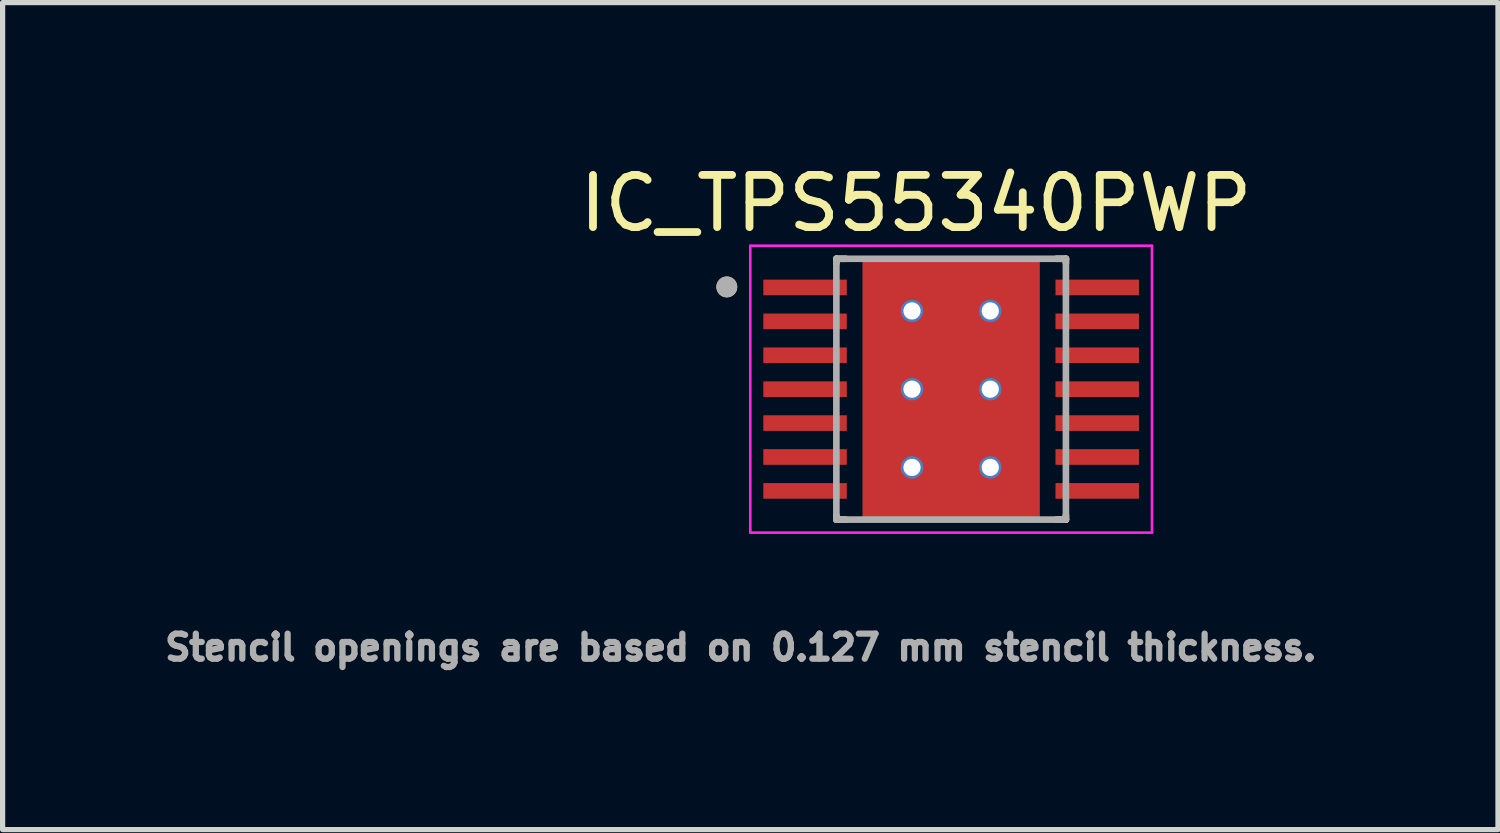
<source format=kicad_pcb>
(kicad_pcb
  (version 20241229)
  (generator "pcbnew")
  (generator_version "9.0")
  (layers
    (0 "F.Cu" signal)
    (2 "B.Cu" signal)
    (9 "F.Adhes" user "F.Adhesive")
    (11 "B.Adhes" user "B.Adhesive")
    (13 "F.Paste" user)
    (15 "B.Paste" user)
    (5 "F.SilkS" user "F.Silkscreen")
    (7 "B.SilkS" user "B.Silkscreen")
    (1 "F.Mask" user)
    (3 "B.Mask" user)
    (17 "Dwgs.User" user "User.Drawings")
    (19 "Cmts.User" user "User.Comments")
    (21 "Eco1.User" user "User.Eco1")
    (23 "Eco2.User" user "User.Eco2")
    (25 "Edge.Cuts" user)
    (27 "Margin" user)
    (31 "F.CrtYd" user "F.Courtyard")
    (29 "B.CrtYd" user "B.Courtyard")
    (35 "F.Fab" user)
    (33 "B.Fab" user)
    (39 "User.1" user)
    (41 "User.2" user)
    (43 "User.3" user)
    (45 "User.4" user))
  (footprint "IC_TPS55340PWP"
    (layer "F.Cu")
    (at 15.182 4.41)
    (property "Reference" "IC_TPS55340PWP" (at -0.675 -3.562 0) (layer "F.SilkS") (effects (font (size 1 1) (thickness 0.15))))
    (attr smd)
    (fp_poly (pts (xy -1.23 -1.155) (xy 1.23 -1.155) (xy 1.23 1.155) (xy -1.23 1.155)) (stroke (width 0.01) (type solid)) (fill yes) (layer "F.Mask"))
    (fp_line (start -2.2 -2.5) (end -2.2 -2.42) (stroke (width 0.127) (type solid)) (layer "F.SilkS"))
    (fp_line (start -2.2 -2.5) (end -2.02 -2.5) (stroke (width 0.127) (type solid)) (layer "F.SilkS"))
    (fp_line (start -2.2 2.5) (end -2.2 2.42) (stroke (width 0.127) (type solid)) (layer "F.SilkS"))
    (fp_line (start -2.2 2.5) (end -2.02 2.5) (stroke (width 0.127) (type solid)) (layer "F.SilkS"))
    (fp_line (start 2.02 -2.5) (end 2.2 -2.5) (stroke (width 0.127) (type solid)) (layer "F.SilkS"))
    (fp_line (start 2.02 2.5) (end 2.2 2.5) (stroke (width 0.127) (type solid)) (layer "F.SilkS"))
    (fp_line (start 2.2 -2.5) (end 2.2 -2.42) (stroke (width 0.127) (type solid)) (layer "F.SilkS"))
    (fp_line (start 2.2 2.5) (end 2.2 2.42) (stroke (width 0.127) (type solid)) (layer "F.SilkS"))
    (fp_circle (center -4.3 -1.96) (end -4.2 -1.96) (stroke (width 0.2) (type solid)) (fill no) (layer "F.SilkS"))
    (fp_poly (pts (xy -3.575 -2.075) (xy -2.025 -2.075) (xy -2.025 -1.825) (xy -3.575 -1.825)) (stroke (width 0.01) (type solid)) (fill yes) (layer "F.Paste"))
    (fp_poly (pts (xy -3.575 -1.425) (xy -2.025 -1.425) (xy -2.025 -1.175) (xy -3.575 -1.175)) (stroke (width 0.01) (type solid)) (fill yes) (layer "F.Paste"))
    (fp_poly (pts (xy -3.575 -0.775) (xy -2.025 -0.775) (xy -2.025 -0.525) (xy -3.575 -0.525)) (stroke (width 0.01) (type solid)) (fill yes) (layer "F.Paste"))
    (fp_poly (pts (xy -3.575 -0.125) (xy -2.025 -0.125) (xy -2.025 0.125) (xy -3.575 0.125)) (stroke (width 0.01) (type solid)) (fill yes) (layer "F.Paste"))
    (fp_poly (pts (xy -3.575 0.525) (xy -2.025 0.525) (xy -2.025 0.775) (xy -3.575 0.775)) (stroke (width 0.01) (type solid)) (fill yes) (layer "F.Paste"))
    (fp_poly (pts (xy -3.575 1.175) (xy -2.025 1.175) (xy -2.025 1.425) (xy -3.575 1.425)) (stroke (width 0.01) (type solid)) (fill yes) (layer "F.Paste"))
    (fp_poly (pts (xy -3.575 1.825) (xy -2.025 1.825) (xy -2.025 2.075) (xy -3.575 2.075)) (stroke (width 0.01) (type solid)) (fill yes) (layer "F.Paste"))
    (fp_poly (pts (xy -1.23 -1.155) (xy 1.23 -1.155) (xy 1.23 1.155) (xy -1.23 1.155)) (stroke (width 0.01) (type solid)) (fill yes) (layer "F.Paste"))
    (fp_poly (pts (xy 2.025 -2.075) (xy 3.575 -2.075) (xy 3.575 -1.825) (xy 2.025 -1.825)) (stroke (width 0.01) (type solid)) (fill yes) (layer "F.Paste"))
    (fp_poly (pts (xy 2.025 -1.425) (xy 3.575 -1.425) (xy 3.575 -1.175) (xy 2.025 -1.175)) (stroke (width 0.01) (type solid)) (fill yes) (layer "F.Paste"))
    (fp_poly (pts (xy 2.025 -0.775) (xy 3.575 -0.775) (xy 3.575 -0.525) (xy 2.025 -0.525)) (stroke (width 0.01) (type solid)) (fill yes) (layer "F.Paste"))
    (fp_poly (pts (xy 2.025 -0.125) (xy 3.575 -0.125) (xy 3.575 0.125) (xy 2.025 0.125)) (stroke (width 0.01) (type solid)) (fill yes) (layer "F.Paste"))
    (fp_poly (pts (xy 2.025 0.525) (xy 3.575 0.525) (xy 3.575 0.775) (xy 2.025 0.775)) (stroke (width 0.01) (type solid)) (fill yes) (layer "F.Paste"))
    (fp_poly (pts (xy 2.025 1.175) (xy 3.575 1.175) (xy 3.575 1.425) (xy 2.025 1.425)) (stroke (width 0.01) (type solid)) (fill yes) (layer "F.Paste"))
    (fp_poly (pts (xy 2.025 1.825) (xy 3.575 1.825) (xy 3.575 2.075) (xy 2.025 2.075)) (stroke (width 0.01) (type solid)) (fill yes) (layer "F.Paste"))
    (fp_line (start -3.85 -2.75) (end -3.85 2.75) (stroke (width 0.05) (type solid)) (layer "F.CrtYd"))
    (fp_line (start -3.85 -2.75) (end 3.85 -2.75) (stroke (width 0.05) (type solid)) (layer "F.CrtYd"))
    (fp_line (start -3.85 2.75) (end 3.85 2.75) (stroke (width 0.05) (type solid)) (layer "F.CrtYd"))
    (fp_line (start 3.85 -2.75) (end 3.85 2.75) (stroke (width 0.05) (type solid)) (layer "F.CrtYd"))
    (fp_line (start -2.2 -2.5) (end -2.2 2.5) (stroke (width 0.127) (type solid)) (layer "F.Fab"))
    (fp_line (start -2.2 -2.5) (end 2.2 -2.5) (stroke (width 0.127) (type solid)) (layer "F.Fab"))
    (fp_line (start -2.2 2.5) (end 2.2 2.5) (stroke (width 0.127) (type solid)) (layer "F.Fab"))
    (fp_line (start 2.2 -2.5) (end 2.2 2.5) (stroke (width 0.127) (type solid)) (layer "F.Fab"))
    (fp_circle (center -4.3 -1.96) (end -4.2 -1.96) (stroke (width 0.2) (type solid)) (fill no) (layer "F.Fab"))
    (fp_text user "Stencil openings are based on 0.127 mm stencil thickness. " (at -3.85 4.95 0) (layer "F.Fab") (effects (font (size 0.48 0.48) (thickness 0.15))))
    (pad "1" smd rect (at -2.8 -1.95) (size 1.6 0.3) (layers "F.Cu" "F.Mask"))
    (pad "2" smd rect (at -2.8 -1.3) (size 1.6 0.3) (layers "F.Cu" "F.Mask"))
    (pad "3" smd rect (at -2.8 -0.65) (size 1.6 0.3) (layers "F.Cu" "F.Mask"))
    (pad "4" smd rect (at -2.8 0) (size 1.6 0.3) (layers "F.Cu" "F.Mask"))
    (pad "5" smd rect (at -2.8 0.65) (size 1.6 0.3) (layers "F.Cu" "F.Mask"))
    (pad "6" smd rect (at -2.8 1.3) (size 1.6 0.3) (layers "F.Cu" "F.Mask"))
    (pad "7" smd rect (at -2.8 1.95) (size 1.6 0.3) (layers "F.Cu" "F.Mask"))
    (pad "8" smd rect (at 2.8 1.95) (size 1.6 0.3) (layers "F.Cu" "F.Mask"))
    (pad "9" smd rect (at 2.8 1.3) (size 1.6 0.3) (layers "F.Cu" "F.Mask"))
    (pad "10" smd rect (at 2.8 0.65) (size 1.6 0.3) (layers "F.Cu" "F.Mask"))
    (pad "11" smd rect (at 2.8 0) (size 1.6 0.3) (layers "F.Cu" "F.Mask"))
    (pad "12" smd rect (at 2.8 -0.65) (size 1.6 0.3) (layers "F.Cu" "F.Mask"))
    (pad "13" smd rect (at 2.8 -1.3) (size 1.6 0.3) (layers "F.Cu" "F.Mask"))
    (pad "14" smd rect (at 2.8 -1.95) (size 1.6 0.3) (layers "F.Cu" "F.Mask"))
    (pad "15" smd rect (at 0 0) (size 3.4 5) (layers "F.Cu"))
    (pad "16" thru_hole circle (at -0.75 -1.5) (size 0.43 0.43) (drill 0.33) (layers "*.Cu"))
    (pad "17" thru_hole circle (at 0.75 -1.5) (size 0.43 0.43) (drill 0.33) (layers "*.Cu"))
    (pad "18" thru_hole circle (at -0.75 0) (size 0.43 0.43) (drill 0.33) (layers "*.Cu"))
    (pad "19" thru_hole circle (at 0.75 0) (size 0.43 0.43) (drill 0.33) (layers "*.Cu"))
    (pad "20" thru_hole circle (at -0.75 1.5) (size 0.43 0.43) (drill 0.33) (layers "*.Cu"))
    (pad "21" thru_hole circle (at 0.75 1.5) (size 0.43 0.43) (drill 0.33) (layers "*.Cu")))
  (gr_rect
    (start -3 -3)
    (end 25.664 12.852)
    (stroke (width 0.1) (type default))
    (fill no)
    (layer "Edge.Cuts")))
</source>
